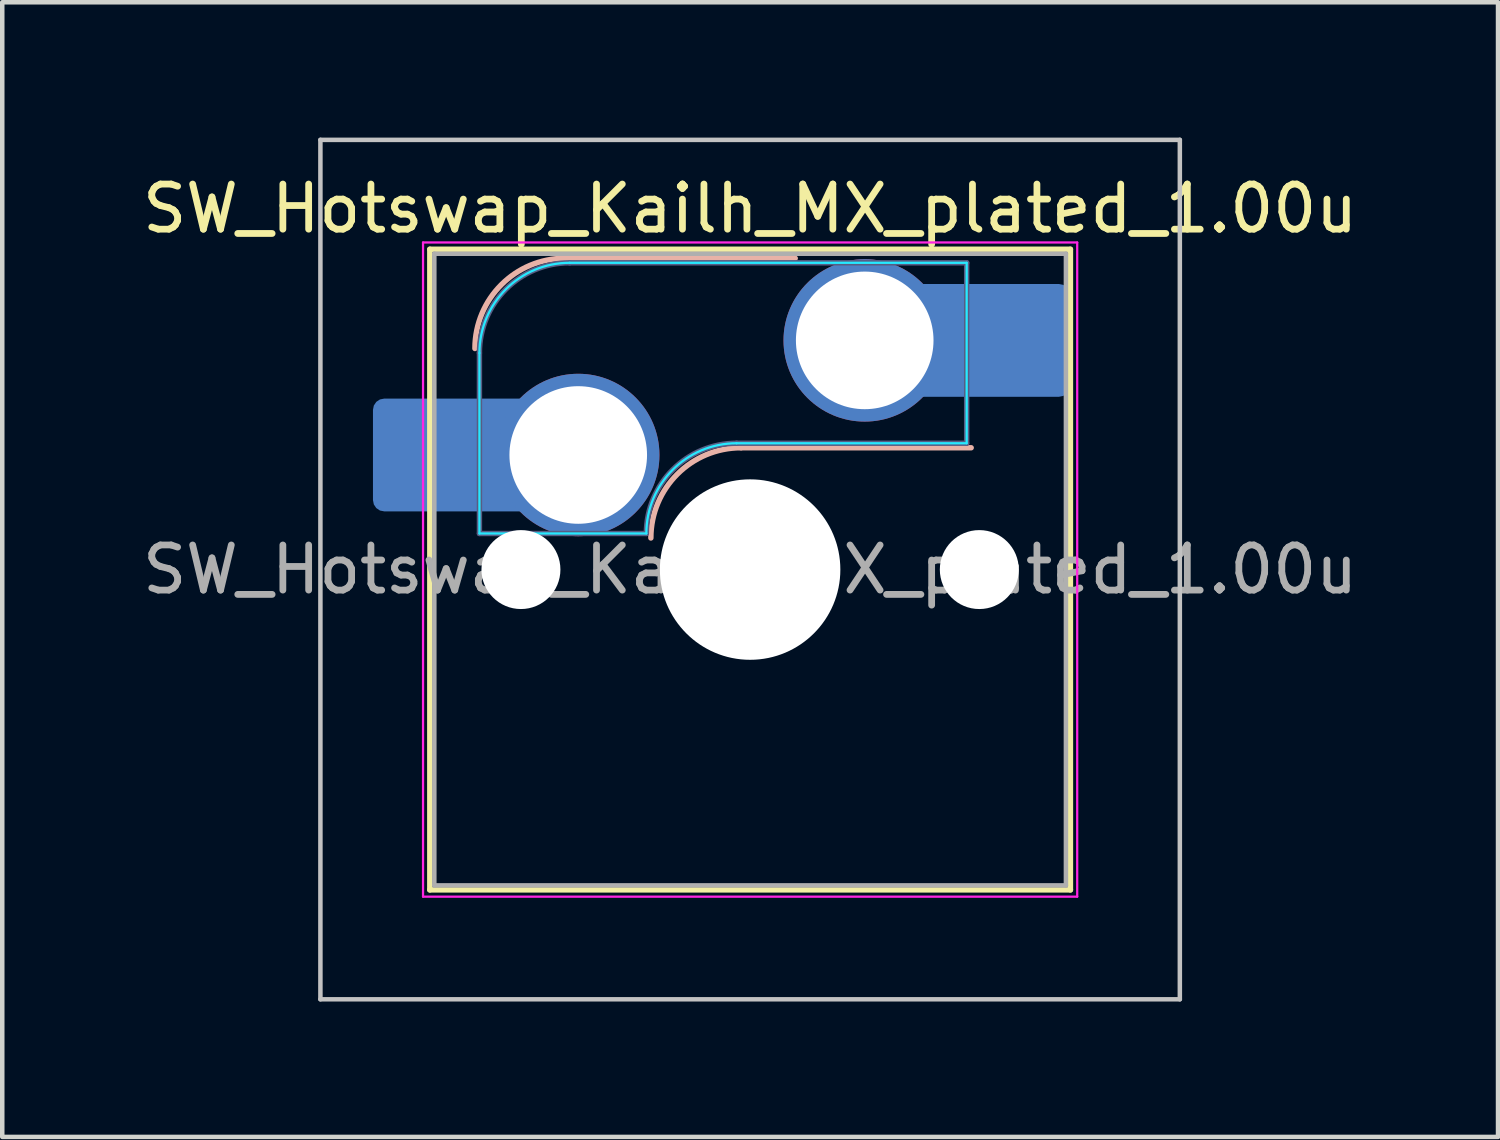
<source format=kicad_pcb>
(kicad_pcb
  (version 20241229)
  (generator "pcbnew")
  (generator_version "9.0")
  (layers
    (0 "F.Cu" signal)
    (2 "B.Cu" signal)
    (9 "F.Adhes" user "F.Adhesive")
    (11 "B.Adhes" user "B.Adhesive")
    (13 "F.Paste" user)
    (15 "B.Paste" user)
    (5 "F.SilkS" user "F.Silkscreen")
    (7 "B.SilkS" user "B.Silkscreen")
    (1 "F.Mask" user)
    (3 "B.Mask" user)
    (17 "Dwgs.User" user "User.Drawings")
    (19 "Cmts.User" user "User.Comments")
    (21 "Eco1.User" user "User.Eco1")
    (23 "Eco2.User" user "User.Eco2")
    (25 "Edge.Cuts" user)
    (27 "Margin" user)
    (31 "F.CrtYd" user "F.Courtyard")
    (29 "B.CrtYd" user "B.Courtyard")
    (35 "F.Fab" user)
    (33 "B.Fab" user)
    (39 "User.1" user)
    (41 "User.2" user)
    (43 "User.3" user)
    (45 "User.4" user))
  (footprint "SW_Hotswap_Kailh_MX_plated_1.00u"
    (layer "F.Cu")
    (at 13.577 9.575)
    (property "Reference" "SW_Hotswap_Kailh_MX_plated_1.00u" (at 0 -8 0) (layer "F.SilkS") (effects (font (size 1 1) (thickness 0.15))))
    (attr smd)
    (fp_line (start -7.1 -7.1) (end -7.1 7.1) (stroke (width 0.12) (type solid)) (layer "F.SilkS"))
    (fp_line (start -7.1 7.1) (end 7.1 7.1) (stroke (width 0.12) (type solid)) (layer "F.SilkS"))
    (fp_line (start 7.1 -7.1) (end -7.1 -7.1) (stroke (width 0.12) (type solid)) (layer "F.SilkS"))
    (fp_line (start 7.1 7.1) (end 7.1 -7.1) (stroke (width 0.12) (type solid)) (layer "F.SilkS"))
    (fp_line (start -4.1 -6.9) (end 1 -6.9) (stroke (width 0.12) (type solid)) (layer "B.SilkS"))
    (fp_line (start -0.2 -2.7) (end 4.9 -2.7) (stroke (width 0.12) (type solid)) (layer "B.SilkS"))
    (fp_arc (start -6.1 -4.9) (mid -5.514214 -6.314214) (end -4.1 -6.9) (stroke (width 0.12) (type solid)) (layer "B.SilkS"))
    (fp_arc (start -2.2 -0.7) (mid -1.614214 -2.114214) (end -0.2 -2.7) (stroke (width 0.12) (type solid)) (layer "B.SilkS"))
    (fp_line (start -9.525 -9.525) (end -9.525 9.525) (stroke (width 0.1) (type solid)) (layer "Dwgs.User"))
    (fp_line (start -9.525 9.525) (end 9.525 9.525) (stroke (width 0.1) (type solid)) (layer "Dwgs.User"))
    (fp_line (start 9.525 -9.525) (end -9.525 -9.525) (stroke (width 0.1) (type solid)) (layer "Dwgs.User"))
    (fp_line (start 9.525 9.525) (end 9.525 -9.525) (stroke (width 0.1) (type solid)) (layer "Dwgs.User"))
    (fp_line (start -7.8 -6) (end -7 -6) (stroke (width 0.1) (type solid)) (layer "Eco1.User"))
    (fp_line (start -7.8 -2.9) (end -7.8 -6) (stroke (width 0.1) (type solid)) (layer "Eco1.User"))
    (fp_line (start -7.8 2.9) (end -7 2.9) (stroke (width 0.1) (type solid)) (layer "Eco1.User"))
    (fp_line (start -7.8 6) (end -7.8 2.9) (stroke (width 0.1) (type solid)) (layer "Eco1.User"))
    (fp_line (start -7 -7) (end 7 -7) (stroke (width 0.1) (type solid)) (layer "Eco1.User"))
    (fp_line (start -7 -6) (end -7 -7) (stroke (width 0.1) (type solid)) (layer "Eco1.User"))
    (fp_line (start -7 -2.9) (end -7.8 -2.9) (stroke (width 0.1) (type solid)) (layer "Eco1.User"))
    (fp_line (start -7 2.9) (end -7 -2.9) (stroke (width 0.1) (type solid)) (layer "Eco1.User"))
    (fp_line (start -7 6) (end -7.8 6) (stroke (width 0.1) (type solid)) (layer "Eco1.User"))
    (fp_line (start -7 7) (end -7 6) (stroke (width 0.1) (type solid)) (layer "Eco1.User"))
    (fp_line (start 7 -7) (end 7 -6) (stroke (width 0.1) (type solid)) (layer "Eco1.User"))
    (fp_line (start 7 -6) (end 7.8 -6) (stroke (width 0.1) (type solid)) (layer "Eco1.User"))
    (fp_line (start 7 -2.9) (end 7 2.9) (stroke (width 0.1) (type solid)) (layer "Eco1.User"))
    (fp_line (start 7 2.9) (end 7.8 2.9) (stroke (width 0.1) (type solid)) (layer "Eco1.User"))
    (fp_line (start 7 6) (end 7 7) (stroke (width 0.1) (type solid)) (layer "Eco1.User"))
    (fp_line (start 7 7) (end -7 7) (stroke (width 0.1) (type solid)) (layer "Eco1.User"))
    (fp_line (start 7.8 -6) (end 7.8 -2.9) (stroke (width 0.1) (type solid)) (layer "Eco1.User"))
    (fp_line (start 7.8 -2.9) (end 7 -2.9) (stroke (width 0.1) (type solid)) (layer "Eco1.User"))
    (fp_line (start 7.8 2.9) (end 7.8 6) (stroke (width 0.1) (type solid)) (layer "Eco1.User"))
    (fp_line (start 7.8 6) (end 7 6) (stroke (width 0.1) (type solid)) (layer "Eco1.User"))
    (fp_line (start -6 -0.8) (end -6 -4.8) (stroke (width 0.05) (type solid)) (layer "B.CrtYd"))
    (fp_line (start -6 -0.8) (end -2.3 -0.8) (stroke (width 0.05) (type solid)) (layer "B.CrtYd"))
    (fp_line (start -4 -6.8) (end 4.8 -6.8) (stroke (width 0.05) (type solid)) (layer "B.CrtYd"))
    (fp_line (start -0.3 -2.8) (end 4.8 -2.8) (stroke (width 0.05) (type solid)) (layer "B.CrtYd"))
    (fp_line (start 4.8 -6.8) (end 4.8 -2.8) (stroke (width 0.05) (type solid)) (layer "B.CrtYd"))
    (fp_arc (start -6 -4.8) (mid -5.414214 -6.214214) (end -4 -6.8) (stroke (width 0.05) (type solid)) (layer "B.CrtYd"))
    (fp_arc (start -2.3 -0.8) (mid -1.714214 -2.214214) (end -0.3 -2.8) (stroke (width 0.05) (type solid)) (layer "B.CrtYd"))
    (fp_line (start -7.25 -7.25) (end -7.25 7.25) (stroke (width 0.05) (type solid)) (layer "F.CrtYd"))
    (fp_line (start -7.25 7.25) (end 7.25 7.25) (stroke (width 0.05) (type solid)) (layer "F.CrtYd"))
    (fp_line (start 7.25 -7.25) (end -7.25 -7.25) (stroke (width 0.05) (type solid)) (layer "F.CrtYd"))
    (fp_line (start 7.25 7.25) (end 7.25 -7.25) (stroke (width 0.05) (type solid)) (layer "F.CrtYd"))
    (fp_line (start -6 -0.8) (end -6 -4.8) (stroke (width 0.12) (type solid)) (layer "B.Fab"))
    (fp_line (start -6 -0.8) (end -2.3 -0.8) (stroke (width 0.12) (type solid)) (layer "B.Fab"))
    (fp_line (start -4 -6.8) (end 4.8 -6.8) (stroke (width 0.12) (type solid)) (layer "B.Fab"))
    (fp_line (start -0.3 -2.8) (end 4.8 -2.8) (stroke (width 0.12) (type solid)) (layer "B.Fab"))
    (fp_line (start 4.8 -6.8) (end 4.8 -2.8) (stroke (width 0.12) (type solid)) (layer "B.Fab"))
    (fp_arc (start -6 -4.8) (mid -5.414214 -6.214214) (end -4 -6.8) (stroke (width 0.12) (type solid)) (layer "B.Fab"))
    (fp_arc (start -2.3 -0.8) (mid -1.714214 -2.214214) (end -0.3 -2.8) (stroke (width 0.12) (type solid)) (layer "B.Fab"))
    (fp_line (start -7 -7) (end -7 7) (stroke (width 0.1) (type solid)) (layer "F.Fab"))
    (fp_line (start -7 7) (end 7 7) (stroke (width 0.1) (type solid)) (layer "F.Fab"))
    (fp_line (start 7 -7) (end -7 -7) (stroke (width 0.1) (type solid)) (layer "F.Fab"))
    (fp_line (start 7 7) (end 7 -7) (stroke (width 0.1) (type solid)) (layer "F.Fab"))
    (fp_text user "${REFERENCE}" (at 0 0 0) (layer "F.Fab") (effects (font (size 1 1) (thickness 0.15))))
    (pad "" smd roundrect (at -7.085 -2.54) (size 2.55 2.5) (layers "B.Mask" "B.Paste") (roundrect_rratio 0.1))
    (pad "" np_thru_hole circle (at -5.08 0) (size 1.75 1.75) (drill 1.75) (layers "*.Cu" "*.Mask"))
    (pad "" smd circle (at -3.81 -2.54) (size 3.1 3.1) (layers "F.Mask"))
    (pad "" np_thru_hole circle (at 0 0) (size 4 4) (drill 4) (layers "*.Cu" "*.Mask"))
    (pad "" smd circle (at 2.54 -5.08) (size 3.1 3.1) (layers "F.Mask"))
    (pad "" np_thru_hole circle (at 5.08 0) (size 1.75 1.75) (drill 1.75) (layers "*.Cu" "*.Mask"))
    (pad "" smd roundrect (at 5.842 -5.08) (size 2.55 2.5) (layers "B.Mask" "B.Paste") (roundrect_rratio 0.1))
    (pad "1" smd roundrect (at -6.585 -2.54) (size 3.55 2.5) (layers "B.Cu") (roundrect_rratio 0.1))
    (pad "1" thru_hole circle (at -3.81 -2.54) (size 3.6 3.6) (drill 3.05) (layers "*.Cu" "B.Mask"))
    (pad "2" thru_hole circle (at 2.54 -5.08) (size 3.6 3.6) (drill 3.05) (layers "*.Cu" "B.Mask"))
    (pad "2" smd roundrect (at 5.32 -5.08) (size 3.55 2.5) (layers "B.Cu") (roundrect_rratio 0.1)))
  (gr_rect
    (start -3 -3)
    (end 30.155 22.15)
    (stroke (width 0.1) (type default))
    (fill no)
    (layer "Edge.Cuts")))
</source>
